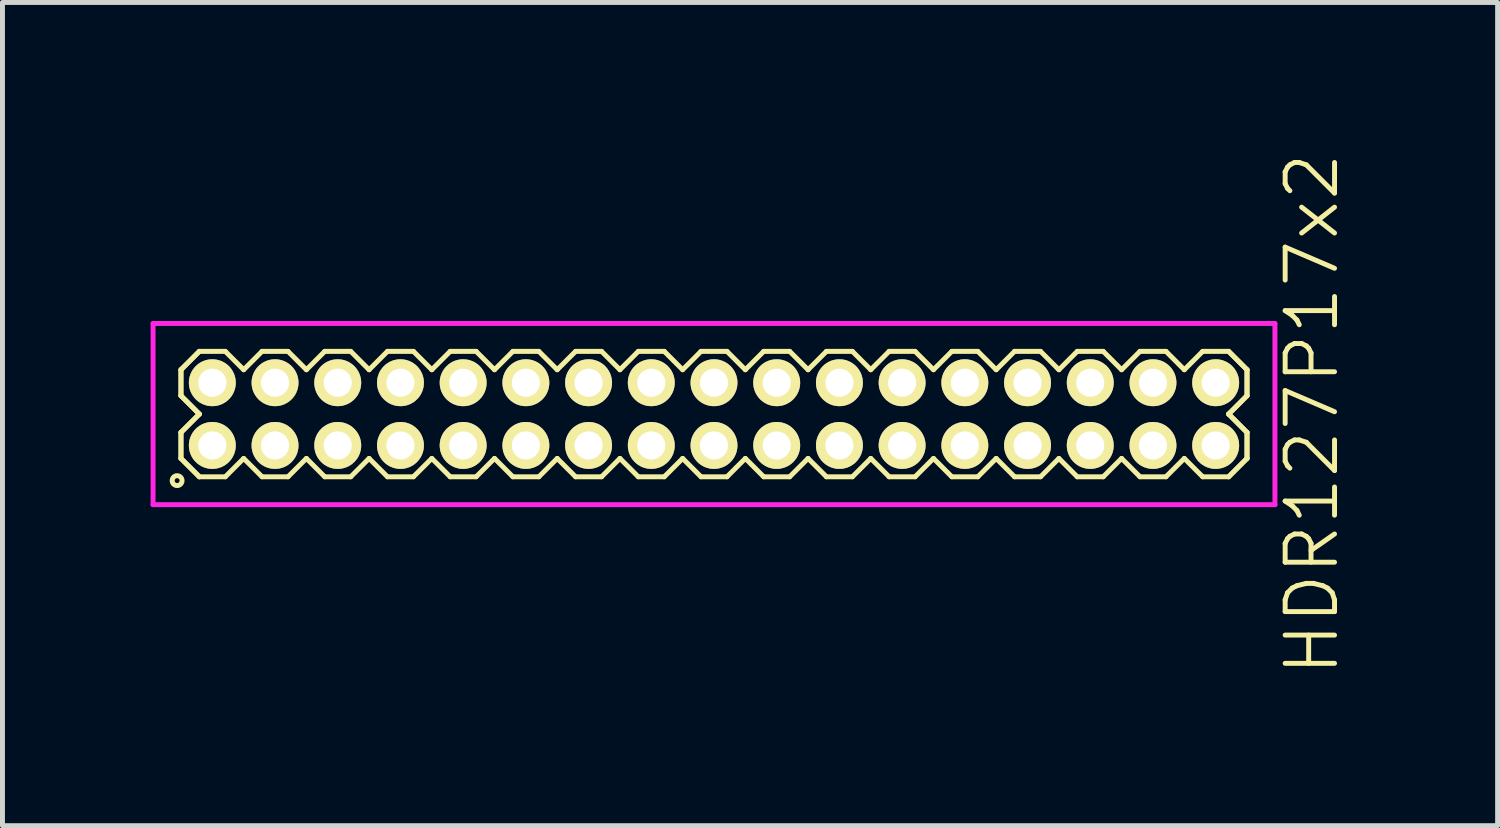
<source format=kicad_pcb>
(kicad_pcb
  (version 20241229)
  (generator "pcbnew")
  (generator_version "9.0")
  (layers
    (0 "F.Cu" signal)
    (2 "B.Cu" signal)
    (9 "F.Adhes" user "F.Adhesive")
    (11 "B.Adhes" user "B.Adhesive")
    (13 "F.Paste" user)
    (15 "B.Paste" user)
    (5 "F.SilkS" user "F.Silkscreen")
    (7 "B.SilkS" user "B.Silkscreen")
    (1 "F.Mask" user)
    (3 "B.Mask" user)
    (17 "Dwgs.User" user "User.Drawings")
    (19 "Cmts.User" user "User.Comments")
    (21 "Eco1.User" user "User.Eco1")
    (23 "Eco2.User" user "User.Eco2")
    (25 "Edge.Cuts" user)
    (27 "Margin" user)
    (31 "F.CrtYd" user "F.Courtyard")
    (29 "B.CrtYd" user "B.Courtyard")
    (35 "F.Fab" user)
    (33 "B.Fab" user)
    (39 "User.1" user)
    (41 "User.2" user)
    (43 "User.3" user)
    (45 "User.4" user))
  (footprint "HDR127P17x2"
    (layer "F.Cu")
    (at 11.41 5.336)
    (property "Reference" "HDR127P17x2" (at 12.11 0 90) (layer "F.SilkS") (effects (font (size 1 1) (thickness 0.1))))
    (attr through_hole)
    (fp_line (start -10.795 -0.898) (end -10.423 -1.27) (stroke (width 0.1) (type solid)) (layer "F.SilkS"))
    (fp_line (start -10.795 -0.898) (end -10.423 -1.27) (stroke (width 0.1) (type solid)) (layer "F.SilkS"))
    (fp_line (start -10.795 -0.372) (end -10.795 -0.898) (stroke (width 0.1) (type solid)) (layer "F.SilkS"))
    (fp_line (start -10.795 -0.372) (end -10.795 -0.898) (stroke (width 0.1) (type solid)) (layer "F.SilkS"))
    (fp_line (start -10.795 0.372) (end -10.423 0) (stroke (width 0.1) (type solid)) (layer "F.SilkS"))
    (fp_line (start -10.795 0.372) (end -10.423 0) (stroke (width 0.1) (type solid)) (layer "F.SilkS"))
    (fp_line (start -10.795 0.898) (end -10.795 0.372) (stroke (width 0.1) (type solid)) (layer "F.SilkS"))
    (fp_line (start -10.795 0.898) (end -10.795 0.372) (stroke (width 0.1) (type solid)) (layer "F.SilkS"))
    (fp_line (start -10.423 -1.27) (end -9.897 -1.27) (stroke (width 0.1) (type solid)) (layer "F.SilkS"))
    (fp_line (start -10.423 0) (end -10.795 -0.372) (stroke (width 0.1) (type solid)) (layer "F.SilkS"))
    (fp_line (start -10.423 0) (end -10.795 -0.372) (stroke (width 0.1) (type solid)) (layer "F.SilkS"))
    (fp_line (start -10.423 1.27) (end -10.795 0.898) (stroke (width 0.1) (type solid)) (layer "F.SilkS"))
    (fp_line (start -10.423 1.27) (end -10.795 0.898) (stroke (width 0.1) (type solid)) (layer "F.SilkS"))
    (fp_line (start -9.897 -1.27) (end -9.525 -0.898) (stroke (width 0.1) (type solid)) (layer "F.SilkS"))
    (fp_line (start -9.897 1.27) (end -10.423 1.27) (stroke (width 0.1) (type solid)) (layer "F.SilkS"))
    (fp_line (start -9.525 -0.898) (end -9.153 -1.27) (stroke (width 0.1) (type solid)) (layer "F.SilkS"))
    (fp_line (start -9.525 0.898) (end -9.897 1.27) (stroke (width 0.1) (type solid)) (layer "F.SilkS"))
    (fp_line (start -9.153 -1.27) (end -8.627 -1.27) (stroke (width 0.1) (type solid)) (layer "F.SilkS"))
    (fp_line (start -9.153 1.27) (end -9.525 0.898) (stroke (width 0.1) (type solid)) (layer "F.SilkS"))
    (fp_line (start -8.627 -1.27) (end -8.255 -0.898) (stroke (width 0.1) (type solid)) (layer "F.SilkS"))
    (fp_line (start -8.627 1.27) (end -9.153 1.27) (stroke (width 0.1) (type solid)) (layer "F.SilkS"))
    (fp_line (start -8.255 -0.898) (end -7.883 -1.27) (stroke (width 0.1) (type solid)) (layer "F.SilkS"))
    (fp_line (start -8.255 0.898) (end -8.627 1.27) (stroke (width 0.1) (type solid)) (layer "F.SilkS"))
    (fp_line (start -7.883 -1.27) (end -7.357 -1.27) (stroke (width 0.1) (type solid)) (layer "F.SilkS"))
    (fp_line (start -7.883 1.27) (end -8.255 0.898) (stroke (width 0.1) (type solid)) (layer "F.SilkS"))
    (fp_line (start -7.357 -1.27) (end -6.985 -0.898) (stroke (width 0.1) (type solid)) (layer "F.SilkS"))
    (fp_line (start -7.357 1.27) (end -7.883 1.27) (stroke (width 0.1) (type solid)) (layer "F.SilkS"))
    (fp_line (start -6.985 -0.898) (end -6.613 -1.27) (stroke (width 0.1) (type solid)) (layer "F.SilkS"))
    (fp_line (start -6.985 0.898) (end -7.357 1.27) (stroke (width 0.1) (type solid)) (layer "F.SilkS"))
    (fp_line (start -6.613 -1.27) (end -6.087 -1.27) (stroke (width 0.1) (type solid)) (layer "F.SilkS"))
    (fp_line (start -6.613 1.27) (end -6.985 0.898) (stroke (width 0.1) (type solid)) (layer "F.SilkS"))
    (fp_line (start -6.087 -1.27) (end -5.715 -0.898) (stroke (width 0.1) (type solid)) (layer "F.SilkS"))
    (fp_line (start -6.087 1.27) (end -6.613 1.27) (stroke (width 0.1) (type solid)) (layer "F.SilkS"))
    (fp_line (start -5.715 -0.898) (end -5.343 -1.27) (stroke (width 0.1) (type solid)) (layer "F.SilkS"))
    (fp_line (start -5.715 0.898) (end -6.087 1.27) (stroke (width 0.1) (type solid)) (layer "F.SilkS"))
    (fp_line (start -5.343 -1.27) (end -4.817 -1.27) (stroke (width 0.1) (type solid)) (layer "F.SilkS"))
    (fp_line (start -5.343 1.27) (end -5.715 0.898) (stroke (width 0.1) (type solid)) (layer "F.SilkS"))
    (fp_line (start -4.817 -1.27) (end -4.445 -0.898) (stroke (width 0.1) (type solid)) (layer "F.SilkS"))
    (fp_line (start -4.817 1.27) (end -5.343 1.27) (stroke (width 0.1) (type solid)) (layer "F.SilkS"))
    (fp_line (start -4.445 -0.898) (end -4.073 -1.27) (stroke (width 0.1) (type solid)) (layer "F.SilkS"))
    (fp_line (start -4.445 0.898) (end -4.817 1.27) (stroke (width 0.1) (type solid)) (layer "F.SilkS"))
    (fp_line (start -4.073 -1.27) (end -3.547 -1.27) (stroke (width 0.1) (type solid)) (layer "F.SilkS"))
    (fp_line (start -4.073 1.27) (end -4.445 0.898) (stroke (width 0.1) (type solid)) (layer "F.SilkS"))
    (fp_line (start -3.547 -1.27) (end -3.175 -0.898) (stroke (width 0.1) (type solid)) (layer "F.SilkS"))
    (fp_line (start -3.547 1.27) (end -4.073 1.27) (stroke (width 0.1) (type solid)) (layer "F.SilkS"))
    (fp_line (start -3.175 -0.898) (end -2.803 -1.27) (stroke (width 0.1) (type solid)) (layer "F.SilkS"))
    (fp_line (start -3.175 0.898) (end -3.547 1.27) (stroke (width 0.1) (type solid)) (layer "F.SilkS"))
    (fp_line (start -2.803 -1.27) (end -2.277 -1.27) (stroke (width 0.1) (type solid)) (layer "F.SilkS"))
    (fp_line (start -2.803 1.27) (end -3.175 0.898) (stroke (width 0.1) (type solid)) (layer "F.SilkS"))
    (fp_line (start -2.277 -1.27) (end -1.905 -0.898) (stroke (width 0.1) (type solid)) (layer "F.SilkS"))
    (fp_line (start -2.277 1.27) (end -2.803 1.27) (stroke (width 0.1) (type solid)) (layer "F.SilkS"))
    (fp_line (start -1.905 -0.898) (end -1.533 -1.27) (stroke (width 0.1) (type solid)) (layer "F.SilkS"))
    (fp_line (start -1.905 0.898) (end -2.277 1.27) (stroke (width 0.1) (type solid)) (layer "F.SilkS"))
    (fp_line (start -1.533 -1.27) (end -1.007 -1.27) (stroke (width 0.1) (type solid)) (layer "F.SilkS"))
    (fp_line (start -1.533 1.27) (end -1.905 0.898) (stroke (width 0.1) (type solid)) (layer "F.SilkS"))
    (fp_line (start -1.007 -1.27) (end -0.635 -0.898) (stroke (width 0.1) (type solid)) (layer "F.SilkS"))
    (fp_line (start -1.007 1.27) (end -1.533 1.27) (stroke (width 0.1) (type solid)) (layer "F.SilkS"))
    (fp_line (start -0.635 -0.898) (end -0.263 -1.27) (stroke (width 0.1) (type solid)) (layer "F.SilkS"))
    (fp_line (start -0.635 0.898) (end -1.007 1.27) (stroke (width 0.1) (type solid)) (layer "F.SilkS"))
    (fp_line (start -0.263 -1.27) (end 0.263 -1.27) (stroke (width 0.1) (type solid)) (layer "F.SilkS"))
    (fp_line (start -0.263 1.27) (end -0.635 0.898) (stroke (width 0.1) (type solid)) (layer "F.SilkS"))
    (fp_line (start 0.263 -1.27) (end 0.635 -0.898) (stroke (width 0.1) (type solid)) (layer "F.SilkS"))
    (fp_line (start 0.263 1.27) (end -0.263 1.27) (stroke (width 0.1) (type solid)) (layer "F.SilkS"))
    (fp_line (start 0.635 -0.898) (end 1.007 -1.27) (stroke (width 0.1) (type solid)) (layer "F.SilkS"))
    (fp_line (start 0.635 0.898) (end 0.263 1.27) (stroke (width 0.1) (type solid)) (layer "F.SilkS"))
    (fp_line (start 1.007 -1.27) (end 1.533 -1.27) (stroke (width 0.1) (type solid)) (layer "F.SilkS"))
    (fp_line (start 1.007 1.27) (end 0.635 0.898) (stroke (width 0.1) (type solid)) (layer "F.SilkS"))
    (fp_line (start 1.533 -1.27) (end 1.905 -0.898) (stroke (width 0.1) (type solid)) (layer "F.SilkS"))
    (fp_line (start 1.533 1.27) (end 1.007 1.27) (stroke (width 0.1) (type solid)) (layer "F.SilkS"))
    (fp_line (start 1.905 -0.898) (end 2.277 -1.27) (stroke (width 0.1) (type solid)) (layer "F.SilkS"))
    (fp_line (start 1.905 0.898) (end 1.533 1.27) (stroke (width 0.1) (type solid)) (layer "F.SilkS"))
    (fp_line (start 2.277 -1.27) (end 2.803 -1.27) (stroke (width 0.1) (type solid)) (layer "F.SilkS"))
    (fp_line (start 2.277 1.27) (end 1.905 0.898) (stroke (width 0.1) (type solid)) (layer "F.SilkS"))
    (fp_line (start 2.803 -1.27) (end 3.175 -0.898) (stroke (width 0.1) (type solid)) (layer "F.SilkS"))
    (fp_line (start 2.803 1.27) (end 2.277 1.27) (stroke (width 0.1) (type solid)) (layer "F.SilkS"))
    (fp_line (start 3.175 -0.898) (end 3.547 -1.27) (stroke (width 0.1) (type solid)) (layer "F.SilkS"))
    (fp_line (start 3.175 0.898) (end 2.803 1.27) (stroke (width 0.1) (type solid)) (layer "F.SilkS"))
    (fp_line (start 3.547 -1.27) (end 4.073 -1.27) (stroke (width 0.1) (type solid)) (layer "F.SilkS"))
    (fp_line (start 3.547 1.27) (end 3.175 0.898) (stroke (width 0.1) (type solid)) (layer "F.SilkS"))
    (fp_line (start 4.073 -1.27) (end 4.445 -0.898) (stroke (width 0.1) (type solid)) (layer "F.SilkS"))
    (fp_line (start 4.073 1.27) (end 3.547 1.27) (stroke (width 0.1) (type solid)) (layer "F.SilkS"))
    (fp_line (start 4.445 -0.898) (end 4.817 -1.27) (stroke (width 0.1) (type solid)) (layer "F.SilkS"))
    (fp_line (start 4.445 0.898) (end 4.073 1.27) (stroke (width 0.1) (type solid)) (layer "F.SilkS"))
    (fp_line (start 4.817 -1.27) (end 5.343 -1.27) (stroke (width 0.1) (type solid)) (layer "F.SilkS"))
    (fp_line (start 4.817 1.27) (end 4.445 0.898) (stroke (width 0.1) (type solid)) (layer "F.SilkS"))
    (fp_line (start 5.343 -1.27) (end 5.715 -0.898) (stroke (width 0.1) (type solid)) (layer "F.SilkS"))
    (fp_line (start 5.343 1.27) (end 4.817 1.27) (stroke (width 0.1) (type solid)) (layer "F.SilkS"))
    (fp_line (start 5.715 -0.898) (end 6.087 -1.27) (stroke (width 0.1) (type solid)) (layer "F.SilkS"))
    (fp_line (start 5.715 0.898) (end 5.343 1.27) (stroke (width 0.1) (type solid)) (layer "F.SilkS"))
    (fp_line (start 6.087 -1.27) (end 6.613 -1.27) (stroke (width 0.1) (type solid)) (layer "F.SilkS"))
    (fp_line (start 6.087 1.27) (end 5.715 0.898) (stroke (width 0.1) (type solid)) (layer "F.SilkS"))
    (fp_line (start 6.613 -1.27) (end 6.985 -0.898) (stroke (width 0.1) (type solid)) (layer "F.SilkS"))
    (fp_line (start 6.613 1.27) (end 6.087 1.27) (stroke (width 0.1) (type solid)) (layer "F.SilkS"))
    (fp_line (start 6.985 -0.898) (end 7.357 -1.27) (stroke (width 0.1) (type solid)) (layer "F.SilkS"))
    (fp_line (start 6.985 0.898) (end 6.613 1.27) (stroke (width 0.1) (type solid)) (layer "F.SilkS"))
    (fp_line (start 7.357 -1.27) (end 7.883 -1.27) (stroke (width 0.1) (type solid)) (layer "F.SilkS"))
    (fp_line (start 7.357 1.27) (end 6.985 0.898) (stroke (width 0.1) (type solid)) (layer "F.SilkS"))
    (fp_line (start 7.883 -1.27) (end 8.255 -0.898) (stroke (width 0.1) (type solid)) (layer "F.SilkS"))
    (fp_line (start 7.883 1.27) (end 7.357 1.27) (stroke (width 0.1) (type solid)) (layer "F.SilkS"))
    (fp_line (start 8.255 -0.898) (end 8.627 -1.27) (stroke (width 0.1) (type solid)) (layer "F.SilkS"))
    (fp_line (start 8.255 0.898) (end 7.883 1.27) (stroke (width 0.1) (type solid)) (layer "F.SilkS"))
    (fp_line (start 8.627 -1.27) (end 9.153 -1.27) (stroke (width 0.1) (type solid)) (layer "F.SilkS"))
    (fp_line (start 8.627 1.27) (end 8.255 0.898) (stroke (width 0.1) (type solid)) (layer "F.SilkS"))
    (fp_line (start 9.153 -1.27) (end 9.525 -0.898) (stroke (width 0.1) (type solid)) (layer "F.SilkS"))
    (fp_line (start 9.153 1.27) (end 8.627 1.27) (stroke (width 0.1) (type solid)) (layer "F.SilkS"))
    (fp_line (start 9.525 -0.898) (end 9.897 -1.27) (stroke (width 0.1) (type solid)) (layer "F.SilkS"))
    (fp_line (start 9.525 0.898) (end 9.153 1.27) (stroke (width 0.1) (type solid)) (layer "F.SilkS"))
    (fp_line (start 9.897 -1.27) (end 10.423 -1.27) (stroke (width 0.1) (type solid)) (layer "F.SilkS"))
    (fp_line (start 9.897 1.27) (end 9.525 0.898) (stroke (width 0.1) (type solid)) (layer "F.SilkS"))
    (fp_line (start 10.423 -1.27) (end 10.795 -0.898) (stroke (width 0.1) (type solid)) (layer "F.SilkS"))
    (fp_line (start 10.423 -1.27) (end 10.795 -0.898) (stroke (width 0.1) (type solid)) (layer "F.SilkS"))
    (fp_line (start 10.423 0) (end 10.795 0.372) (stroke (width 0.1) (type solid)) (layer "F.SilkS"))
    (fp_line (start 10.423 0) (end 10.795 0.372) (stroke (width 0.1) (type solid)) (layer "F.SilkS"))
    (fp_line (start 10.423 1.27) (end 9.897 1.27) (stroke (width 0.1) (type solid)) (layer "F.SilkS"))
    (fp_line (start 10.795 -0.898) (end 10.795 -0.372) (stroke (width 0.1) (type solid)) (layer "F.SilkS"))
    (fp_line (start 10.795 -0.898) (end 10.795 -0.372) (stroke (width 0.1) (type solid)) (layer "F.SilkS"))
    (fp_line (start 10.795 -0.372) (end 10.423 0) (stroke (width 0.1) (type solid)) (layer "F.SilkS"))
    (fp_line (start 10.795 -0.372) (end 10.423 0) (stroke (width 0.1) (type solid)) (layer "F.SilkS"))
    (fp_line (start 10.795 0.372) (end 10.795 0.898) (stroke (width 0.1) (type solid)) (layer "F.SilkS"))
    (fp_line (start 10.795 0.372) (end 10.795 0.898) (stroke (width 0.1) (type solid)) (layer "F.SilkS"))
    (fp_line (start 10.795 0.898) (end 10.423 1.27) (stroke (width 0.1) (type solid)) (layer "F.SilkS"))
    (fp_line (start 10.795 0.898) (end 10.423 1.27) (stroke (width 0.1) (type solid)) (layer "F.SilkS"))
    (fp_circle (center -10.873 1.348) (end -10.773 1.348) (stroke (width 0.1) (type solid)) (fill no) (layer "F.SilkS"))
    (fp_line (start -11.36 -1.835) (end -11.36 1.835) (stroke (width 0.1) (type solid)) (layer "F.CrtYd"))
    (fp_line (start -11.36 1.835) (end 11.36 1.835) (stroke (width 0.1) (type solid)) (layer "F.CrtYd"))
    (fp_line (start 11.36 -1.835) (end -11.36 -1.835) (stroke (width 0.1) (type solid)) (layer "F.CrtYd"))
    (fp_line (start 11.36 1.835) (end 11.36 -1.835) (stroke (width 0.1) (type solid)) (layer "F.CrtYd"))
    (pad "1" thru_hole oval (at -10.16 0.635) (size 0.95 0.95) (drill 0.57) (layers "*.Cu" "*.Mask" "F.SilkS"))
    (pad "2" thru_hole oval (at -10.16 -0.635) (size 0.95 0.95) (drill 0.57) (layers "*.Cu" "*.Mask" "F.SilkS"))
    (pad "3" thru_hole oval (at -8.89 0.635) (size 0.95 0.95) (drill 0.57) (layers "*.Cu" "*.Mask" "F.SilkS"))
    (pad "4" thru_hole oval (at -8.89 -0.635) (size 0.95 0.95) (drill 0.57) (layers "*.Cu" "*.Mask" "F.SilkS"))
    (pad "5" thru_hole oval (at -7.62 0.635) (size 0.95 0.95) (drill 0.57) (layers "*.Cu" "*.Mask" "F.SilkS"))
    (pad "6" thru_hole oval (at -7.62 -0.635) (size 0.95 0.95) (drill 0.57) (layers "*.Cu" "*.Mask" "F.SilkS"))
    (pad "7" thru_hole oval (at -6.35 0.635) (size 0.95 0.95) (drill 0.57) (layers "*.Cu" "*.Mask" "F.SilkS"))
    (pad "8" thru_hole oval (at -6.35 -0.635) (size 0.95 0.95) (drill 0.57) (layers "*.Cu" "*.Mask" "F.SilkS"))
    (pad "9" thru_hole oval (at -5.08 0.635) (size 0.95 0.95) (drill 0.57) (layers "*.Cu" "*.Mask" "F.SilkS"))
    (pad "10" thru_hole oval (at -5.08 -0.635) (size 0.95 0.95) (drill 0.57) (layers "*.Cu" "*.Mask" "F.SilkS"))
    (pad "11" thru_hole oval (at -3.81 0.635) (size 0.95 0.95) (drill 0.57) (layers "*.Cu" "*.Mask" "F.SilkS"))
    (pad "12" thru_hole oval (at -3.81 -0.635) (size 0.95 0.95) (drill 0.57) (layers "*.Cu" "*.Mask" "F.SilkS"))
    (pad "13" thru_hole oval (at -2.54 0.635) (size 0.95 0.95) (drill 0.57) (layers "*.Cu" "*.Mask" "F.SilkS"))
    (pad "14" thru_hole oval (at -2.54 -0.635) (size 0.95 0.95) (drill 0.57) (layers "*.Cu" "*.Mask" "F.SilkS"))
    (pad "15" thru_hole oval (at -1.27 0.635) (size 0.95 0.95) (drill 0.57) (layers "*.Cu" "*.Mask" "F.SilkS"))
    (pad "16" thru_hole oval (at -1.27 -0.635) (size 0.95 0.95) (drill 0.57) (layers "*.Cu" "*.Mask" "F.SilkS"))
    (pad "17" thru_hole oval (at 0 0.635) (size 0.95 0.95) (drill 0.57) (layers "*.Cu" "*.Mask" "F.SilkS"))
    (pad "18" thru_hole oval (at 0 -0.635) (size 0.95 0.95) (drill 0.57) (layers "*.Cu" "*.Mask" "F.SilkS"))
    (pad "19" thru_hole oval (at 1.27 0.635) (size 0.95 0.95) (drill 0.57) (layers "*.Cu" "*.Mask" "F.SilkS"))
    (pad "20" thru_hole oval (at 1.27 -0.635) (size 0.95 0.95) (drill 0.57) (layers "*.Cu" "*.Mask" "F.SilkS"))
    (pad "21" thru_hole oval (at 2.54 0.635) (size 0.95 0.95) (drill 0.57) (layers "*.Cu" "*.Mask" "F.SilkS"))
    (pad "22" thru_hole oval (at 2.54 -0.635) (size 0.95 0.95) (drill 0.57) (layers "*.Cu" "*.Mask" "F.SilkS"))
    (pad "23" thru_hole oval (at 3.81 0.635) (size 0.95 0.95) (drill 0.57) (layers "*.Cu" "*.Mask" "F.SilkS"))
    (pad "24" thru_hole oval (at 3.81 -0.635) (size 0.95 0.95) (drill 0.57) (layers "*.Cu" "*.Mask" "F.SilkS"))
    (pad "25" thru_hole oval (at 5.08 0.635) (size 0.95 0.95) (drill 0.57) (layers "*.Cu" "*.Mask" "F.SilkS"))
    (pad "26" thru_hole oval (at 5.08 -0.635) (size 0.95 0.95) (drill 0.57) (layers "*.Cu" "*.Mask" "F.SilkS"))
    (pad "27" thru_hole oval (at 6.35 0.635) (size 0.95 0.95) (drill 0.57) (layers "*.Cu" "*.Mask" "F.SilkS"))
    (pad "28" thru_hole oval (at 6.35 -0.635) (size 0.95 0.95) (drill 0.57) (layers "*.Cu" "*.Mask" "F.SilkS"))
    (pad "29" thru_hole oval (at 7.62 0.635) (size 0.95 0.95) (drill 0.57) (layers "*.Cu" "*.Mask" "F.SilkS"))
    (pad "30" thru_hole oval (at 7.62 -0.635) (size 0.95 0.95) (drill 0.57) (layers "*.Cu" "*.Mask" "F.SilkS"))
    (pad "31" thru_hole oval (at 8.89 0.635) (size 0.95 0.95) (drill 0.57) (layers "*.Cu" "*.Mask" "F.SilkS"))
    (pad "32" thru_hole oval (at 8.89 -0.635) (size 0.95 0.95) (drill 0.57) (layers "*.Cu" "*.Mask" "F.SilkS"))
    (pad "33" thru_hole oval (at 10.16 0.635) (size 0.95 0.95) (drill 0.57) (layers "*.Cu" "*.Mask" "F.SilkS"))
    (pad "34" thru_hole oval (at 10.16 -0.635) (size 0.95 0.95) (drill 0.57) (layers "*.Cu" "*.Mask" "F.SilkS")))
  (gr_rect
    (start -3 -3)
    (end 27.28 13.671)
    (stroke (width 0.1) (type default))
    (fill no)
    (layer "Edge.Cuts")))
</source>
